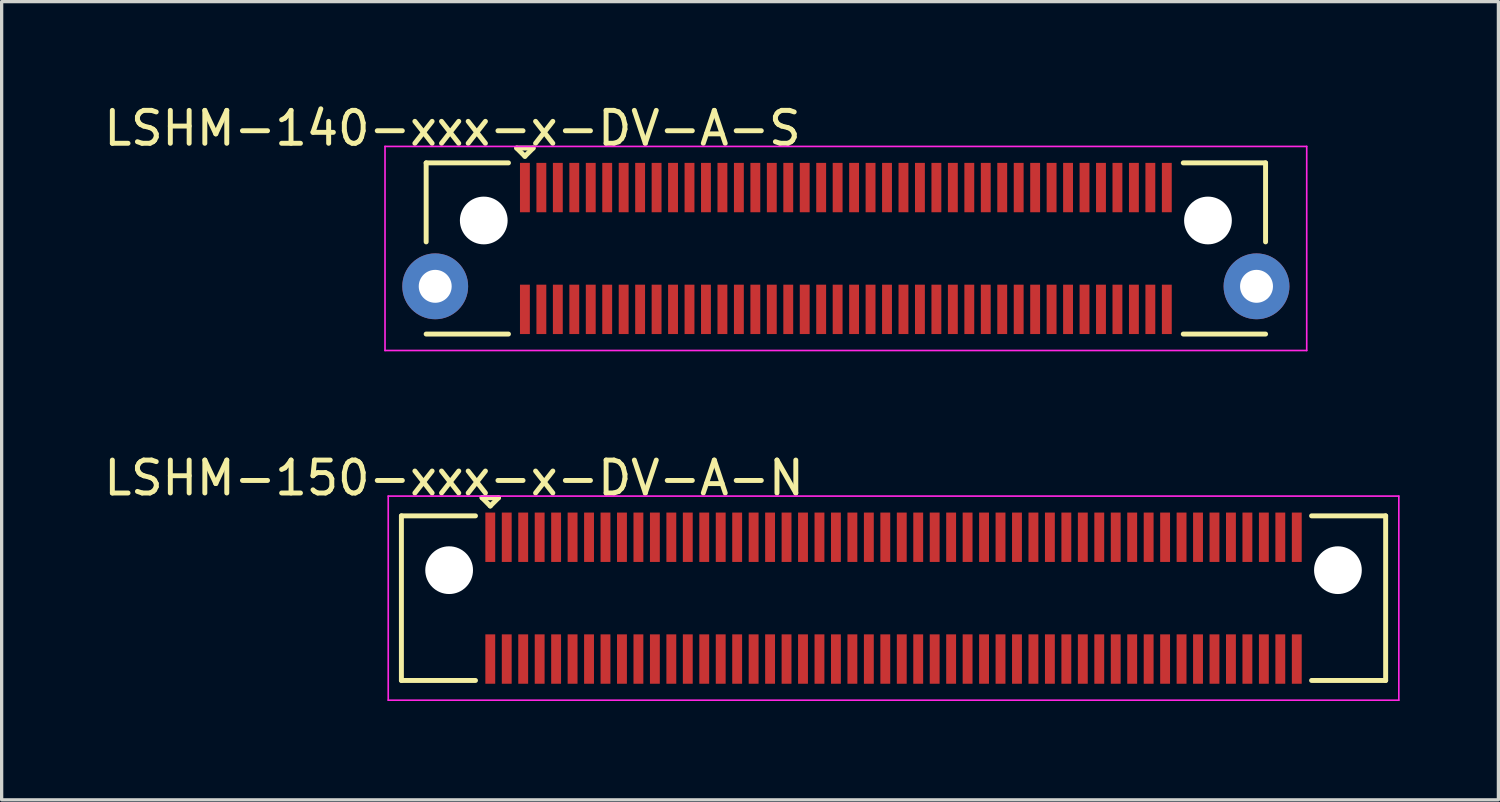
<source format=kicad_pcb>
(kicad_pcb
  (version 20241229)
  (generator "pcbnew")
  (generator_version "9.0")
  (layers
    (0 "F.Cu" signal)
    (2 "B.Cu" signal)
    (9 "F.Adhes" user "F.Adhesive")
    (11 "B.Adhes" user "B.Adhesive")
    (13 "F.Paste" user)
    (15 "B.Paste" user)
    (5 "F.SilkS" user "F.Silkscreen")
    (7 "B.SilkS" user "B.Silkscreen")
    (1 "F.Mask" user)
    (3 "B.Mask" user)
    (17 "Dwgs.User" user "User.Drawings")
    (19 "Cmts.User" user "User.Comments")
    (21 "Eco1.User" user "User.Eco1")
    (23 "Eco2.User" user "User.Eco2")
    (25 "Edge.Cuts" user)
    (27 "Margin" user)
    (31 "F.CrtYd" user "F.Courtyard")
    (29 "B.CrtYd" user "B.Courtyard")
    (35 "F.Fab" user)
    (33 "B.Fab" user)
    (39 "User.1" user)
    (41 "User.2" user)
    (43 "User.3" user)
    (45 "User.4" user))
  (footprint "LSHM-150-xxx-x-DV-A-N"
    (layer "F.Cu")
    (at 24.094 15.121)
    (property "Reference" "LSHM-150-xxx-x-DV-A-N" (at -13.35 -3.65 0) (layer "F.SilkS") (effects (font (size 1 1) (thickness 0.15))))
    (attr smd)
    (fp_line (start -14.95 -2.5) (end -14.95 2.5) (stroke (width 0.15) (type solid)) (layer "F.SilkS"))
    (fp_line (start -14.95 -2.5) (end -12.7 -2.5) (stroke (width 0.15) (type solid)) (layer "F.SilkS"))
    (fp_line (start -14.95 2.5) (end -12.7 2.5) (stroke (width 0.15) (type solid)) (layer "F.SilkS"))
    (fp_line (start -12.5 -3.05) (end -12.25 -2.8) (stroke (width 0.15) (type solid)) (layer "F.SilkS"))
    (fp_line (start -12.25 -2.8) (end -12 -3.05) (stroke (width 0.15) (type solid)) (layer "F.SilkS"))
    (fp_line (start -12 -3.05) (end -12.5 -3.05) (stroke (width 0.15) (type solid)) (layer "F.SilkS"))
    (fp_line (start 14.95 -2.5) (end 12.7 -2.5) (stroke (width 0.15) (type solid)) (layer "F.SilkS"))
    (fp_line (start 14.95 -2.5) (end 14.95 2.5) (stroke (width 0.15) (type solid)) (layer "F.SilkS"))
    (fp_line (start 14.95 2.5) (end 12.7 2.5) (stroke (width 0.15) (type solid)) (layer "F.SilkS"))
    (fp_line (start -15.35 -3.1) (end 15.35 -3.1) (stroke (width 0.05) (type solid)) (layer "F.CrtYd"))
    (fp_line (start -15.35 3.1) (end -15.35 -3.1) (stroke (width 0.05) (type solid)) (layer "F.CrtYd"))
    (fp_line (start -15.35 3.1) (end 15.35 3.1) (stroke (width 0.05) (type solid)) (layer "F.CrtYd"))
    (fp_line (start 15.35 3.1) (end 15.35 -3.1) (stroke (width 0.05) (type solid)) (layer "F.CrtYd"))
    (pad "" np_thru_hole circle (at -13.5 -0.85) (size 1.45 1.45) (drill 1.45) (layers "*.Cu" "*.Mask"))
    (pad "" np_thru_hole circle (at 13.5 -0.85) (size 1.45 1.45) (drill 1.45) (layers "*.Cu" "*.Mask"))
    (pad "1" smd rect (at -12.25 -1.85) (size 0.3 1.5) (layers "F.Cu" "F.Mask" "F.Paste"))
    (pad "2" smd rect (at -12.25 1.85) (size 0.3 1.5) (layers "F.Cu" "F.Mask" "F.Paste"))
    (pad "3" smd rect (at -11.75 -1.85) (size 0.3 1.5) (layers "F.Cu" "F.Mask" "F.Paste"))
    (pad "4" smd rect (at -11.75 1.85) (size 0.3 1.5) (layers "F.Cu" "F.Mask" "F.Paste"))
    (pad "5" smd rect (at -11.25 -1.85) (size 0.3 1.5) (layers "F.Cu" "F.Mask" "F.Paste"))
    (pad "6" smd rect (at -11.25 1.85) (size 0.3 1.5) (layers "F.Cu" "F.Mask" "F.Paste"))
    (pad "7" smd rect (at -10.75 -1.85) (size 0.3 1.5) (layers "F.Cu" "F.Mask" "F.Paste"))
    (pad "8" smd rect (at -10.75 1.85) (size 0.3 1.5) (layers "F.Cu" "F.Mask" "F.Paste"))
    (pad "9" smd rect (at -10.25 -1.85) (size 0.3 1.5) (layers "F.Cu" "F.Mask" "F.Paste"))
    (pad "10" smd rect (at -10.25 1.85) (size 0.3 1.5) (layers "F.Cu" "F.Mask" "F.Paste"))
    (pad "11" smd rect (at -9.75 -1.85) (size 0.3 1.5) (layers "F.Cu" "F.Mask" "F.Paste"))
    (pad "12" smd rect (at -9.75 1.85) (size 0.3 1.5) (layers "F.Cu" "F.Mask" "F.Paste"))
    (pad "13" smd rect (at -9.25 -1.85) (size 0.3 1.5) (layers "F.Cu" "F.Mask" "F.Paste"))
    (pad "14" smd rect (at -9.25 1.85) (size 0.3 1.5) (layers "F.Cu" "F.Mask" "F.Paste"))
    (pad "15" smd rect (at -8.75 -1.85) (size 0.3 1.5) (layers "F.Cu" "F.Mask" "F.Paste"))
    (pad "16" smd rect (at -8.75 1.85) (size 0.3 1.5) (layers "F.Cu" "F.Mask" "F.Paste"))
    (pad "17" smd rect (at -8.25 -1.85) (size 0.3 1.5) (layers "F.Cu" "F.Mask" "F.Paste"))
    (pad "18" smd rect (at -8.25 1.85) (size 0.3 1.5) (layers "F.Cu" "F.Mask" "F.Paste"))
    (pad "19" smd rect (at -7.75 -1.85) (size 0.3 1.5) (layers "F.Cu" "F.Mask" "F.Paste"))
    (pad "20" smd rect (at -7.75 1.85) (size 0.3 1.5) (layers "F.Cu" "F.Mask" "F.Paste"))
    (pad "21" smd rect (at -7.25 -1.85) (size 0.3 1.5) (layers "F.Cu" "F.Mask" "F.Paste"))
    (pad "22" smd rect (at -7.25 1.85) (size 0.3 1.5) (layers "F.Cu" "F.Mask" "F.Paste"))
    (pad "23" smd rect (at -6.75 -1.85) (size 0.3 1.5) (layers "F.Cu" "F.Mask" "F.Paste"))
    (pad "24" smd rect (at -6.75 1.85) (size 0.3 1.5) (layers "F.Cu" "F.Mask" "F.Paste"))
    (pad "25" smd rect (at -6.25 -1.85) (size 0.3 1.5) (layers "F.Cu" "F.Mask" "F.Paste"))
    (pad "26" smd rect (at -6.25 1.85) (size 0.3 1.5) (layers "F.Cu" "F.Mask" "F.Paste"))
    (pad "27" smd rect (at -5.75 -1.85) (size 0.3 1.5) (layers "F.Cu" "F.Mask" "F.Paste"))
    (pad "28" smd rect (at -5.75 1.85) (size 0.3 1.5) (layers "F.Cu" "F.Mask" "F.Paste"))
    (pad "29" smd rect (at -5.25 -1.85) (size 0.3 1.5) (layers "F.Cu" "F.Mask" "F.Paste"))
    (pad "30" smd rect (at -5.25 1.85) (size 0.3 1.5) (layers "F.Cu" "F.Mask" "F.Paste"))
    (pad "31" smd rect (at -4.75 -1.85) (size 0.3 1.5) (layers "F.Cu" "F.Mask" "F.Paste"))
    (pad "32" smd rect (at -4.75 1.85) (size 0.3 1.5) (layers "F.Cu" "F.Mask" "F.Paste"))
    (pad "33" smd rect (at -4.25 -1.85) (size 0.3 1.5) (layers "F.Cu" "F.Mask" "F.Paste"))
    (pad "34" smd rect (at -4.25 1.85) (size 0.3 1.5) (layers "F.Cu" "F.Mask" "F.Paste"))
    (pad "35" smd rect (at -3.75 -1.85) (size 0.3 1.5) (layers "F.Cu" "F.Mask" "F.Paste"))
    (pad "36" smd rect (at -3.75 1.85) (size 0.3 1.5) (layers "F.Cu" "F.Mask" "F.Paste"))
    (pad "37" smd rect (at -3.25 -1.85) (size 0.3 1.5) (layers "F.Cu" "F.Mask" "F.Paste"))
    (pad "38" smd rect (at -3.25 1.85) (size 0.3 1.5) (layers "F.Cu" "F.Mask" "F.Paste"))
    (pad "39" smd rect (at -2.75 -1.85) (size 0.3 1.5) (layers "F.Cu" "F.Mask" "F.Paste"))
    (pad "40" smd rect (at -2.75 1.85) (size 0.3 1.5) (layers "F.Cu" "F.Mask" "F.Paste"))
    (pad "41" smd rect (at -2.25 -1.85) (size 0.3 1.5) (layers "F.Cu" "F.Mask" "F.Paste"))
    (pad "42" smd rect (at -2.25 1.85) (size 0.3 1.5) (layers "F.Cu" "F.Mask" "F.Paste"))
    (pad "43" smd rect (at -1.75 -1.85) (size 0.3 1.5) (layers "F.Cu" "F.Mask" "F.Paste"))
    (pad "44" smd rect (at -1.75 1.85) (size 0.3 1.5) (layers "F.Cu" "F.Mask" "F.Paste"))
    (pad "45" smd rect (at -1.25 -1.85) (size 0.3 1.5) (layers "F.Cu" "F.Mask" "F.Paste"))
    (pad "46" smd rect (at -1.25 1.85) (size 0.3 1.5) (layers "F.Cu" "F.Mask" "F.Paste"))
    (pad "47" smd rect (at -0.75 -1.85) (size 0.3 1.5) (layers "F.Cu" "F.Mask" "F.Paste"))
    (pad "48" smd rect (at -0.75 1.85) (size 0.3 1.5) (layers "F.Cu" "F.Mask" "F.Paste"))
    (pad "49" smd rect (at -0.25 -1.85) (size 0.3 1.5) (layers "F.Cu" "F.Mask" "F.Paste"))
    (pad "50" smd rect (at -0.25 1.85) (size 0.3 1.5) (layers "F.Cu" "F.Mask" "F.Paste"))
    (pad "51" smd rect (at 0.25 -1.85) (size 0.3 1.5) (layers "F.Cu" "F.Mask" "F.Paste"))
    (pad "52" smd rect (at 0.25 1.85) (size 0.3 1.5) (layers "F.Cu" "F.Mask" "F.Paste"))
    (pad "53" smd rect (at 0.75 -1.85) (size 0.3 1.5) (layers "F.Cu" "F.Mask" "F.Paste"))
    (pad "54" smd rect (at 0.75 1.85) (size 0.3 1.5) (layers "F.Cu" "F.Mask" "F.Paste"))
    (pad "55" smd rect (at 1.25 -1.85) (size 0.3 1.5) (layers "F.Cu" "F.Mask" "F.Paste"))
    (pad "56" smd rect (at 1.25 1.85) (size 0.3 1.5) (layers "F.Cu" "F.Mask" "F.Paste"))
    (pad "57" smd rect (at 1.75 -1.85) (size 0.3 1.5) (layers "F.Cu" "F.Mask" "F.Paste"))
    (pad "58" smd rect (at 1.75 1.85) (size 0.3 1.5) (layers "F.Cu" "F.Mask" "F.Paste"))
    (pad "59" smd rect (at 2.25 -1.85) (size 0.3 1.5) (layers "F.Cu" "F.Mask" "F.Paste"))
    (pad "60" smd rect (at 2.25 1.85) (size 0.3 1.5) (layers "F.Cu" "F.Mask" "F.Paste"))
    (pad "61" smd rect (at 2.75 -1.85) (size 0.3 1.5) (layers "F.Cu" "F.Mask" "F.Paste"))
    (pad "62" smd rect (at 2.75 1.85) (size 0.3 1.5) (layers "F.Cu" "F.Mask" "F.Paste"))
    (pad "63" smd rect (at 3.25 -1.85) (size 0.3 1.5) (layers "F.Cu" "F.Mask" "F.Paste"))
    (pad "64" smd rect (at 3.25 1.85) (size 0.3 1.5) (layers "F.Cu" "F.Mask" "F.Paste"))
    (pad "65" smd rect (at 3.75 -1.85) (size 0.3 1.5) (layers "F.Cu" "F.Mask" "F.Paste"))
    (pad "66" smd rect (at 3.75 1.85) (size 0.3 1.5) (layers "F.Cu" "F.Mask" "F.Paste"))
    (pad "67" smd rect (at 4.25 -1.85) (size 0.3 1.5) (layers "F.Cu" "F.Mask" "F.Paste"))
    (pad "68" smd rect (at 4.25 1.85) (size 0.3 1.5) (layers "F.Cu" "F.Mask" "F.Paste"))
    (pad "69" smd rect (at 4.75 -1.85) (size 0.3 1.5) (layers "F.Cu" "F.Mask" "F.Paste"))
    (pad "70" smd rect (at 4.75 1.85) (size 0.3 1.5) (layers "F.Cu" "F.Mask" "F.Paste"))
    (pad "71" smd rect (at 5.25 -1.85) (size 0.3 1.5) (layers "F.Cu" "F.Mask" "F.Paste"))
    (pad "72" smd rect (at 5.25 1.85) (size 0.3 1.5) (layers "F.Cu" "F.Mask" "F.Paste"))
    (pad "73" smd rect (at 5.75 -1.85) (size 0.3 1.5) (layers "F.Cu" "F.Mask" "F.Paste"))
    (pad "74" smd rect (at 5.75 1.85) (size 0.3 1.5) (layers "F.Cu" "F.Mask" "F.Paste"))
    (pad "75" smd rect (at 6.25 -1.85) (size 0.3 1.5) (layers "F.Cu" "F.Mask" "F.Paste"))
    (pad "76" smd rect (at 6.25 1.85) (size 0.3 1.5) (layers "F.Cu" "F.Mask" "F.Paste"))
    (pad "77" smd rect (at 6.75 -1.85) (size 0.3 1.5) (layers "F.Cu" "F.Mask" "F.Paste"))
    (pad "78" smd rect (at 6.75 1.85) (size 0.3 1.5) (layers "F.Cu" "F.Mask" "F.Paste"))
    (pad "79" smd rect (at 7.25 -1.85) (size 0.3 1.5) (layers "F.Cu" "F.Mask" "F.Paste"))
    (pad "80" smd rect (at 7.25 1.85) (size 0.3 1.5) (layers "F.Cu" "F.Mask" "F.Paste"))
    (pad "81" smd rect (at 7.75 -1.85) (size 0.3 1.5) (layers "F.Cu" "F.Mask" "F.Paste"))
    (pad "82" smd rect (at 7.75 1.85) (size 0.3 1.5) (layers "F.Cu" "F.Mask" "F.Paste"))
    (pad "83" smd rect (at 8.25 -1.85) (size 0.3 1.5) (layers "F.Cu" "F.Mask" "F.Paste"))
    (pad "84" smd rect (at 8.25 1.85) (size 0.3 1.5) (layers "F.Cu" "F.Mask" "F.Paste"))
    (pad "85" smd rect (at 8.75 -1.85) (size 0.3 1.5) (layers "F.Cu" "F.Mask" "F.Paste"))
    (pad "86" smd rect (at 8.75 1.85) (size 0.3 1.5) (layers "F.Cu" "F.Mask" "F.Paste"))
    (pad "87" smd rect (at 9.25 -1.85) (size 0.3 1.5) (layers "F.Cu" "F.Mask" "F.Paste"))
    (pad "88" smd rect (at 9.25 1.85) (size 0.3 1.5) (layers "F.Cu" "F.Mask" "F.Paste"))
    (pad "89" smd rect (at 9.75 -1.85) (size 0.3 1.5) (layers "F.Cu" "F.Mask" "F.Paste"))
    (pad "90" smd rect (at 9.75 1.85) (size 0.3 1.5) (layers "F.Cu" "F.Mask" "F.Paste"))
    (pad "91" smd rect (at 10.25 -1.85) (size 0.3 1.5) (layers "F.Cu" "F.Mask" "F.Paste"))
    (pad "92" smd rect (at 10.25 1.85) (size 0.3 1.5) (layers "F.Cu" "F.Mask" "F.Paste"))
    (pad "93" smd rect (at 10.75 -1.85) (size 0.3 1.5) (layers "F.Cu" "F.Mask" "F.Paste"))
    (pad "94" smd rect (at 10.75 1.85) (size 0.3 1.5) (layers "F.Cu" "F.Mask" "F.Paste"))
    (pad "95" smd rect (at 11.25 -1.85) (size 0.3 1.5) (layers "F.Cu" "F.Mask" "F.Paste"))
    (pad "96" smd rect (at 11.25 1.85) (size 0.3 1.5) (layers "F.Cu" "F.Mask" "F.Paste"))
    (pad "97" smd rect (at 11.75 -1.85) (size 0.3 1.5) (layers "F.Cu" "F.Mask" "F.Paste"))
    (pad "98" smd rect (at 11.75 1.85) (size 0.3 1.5) (layers "F.Cu" "F.Mask" "F.Paste"))
    (pad "99" smd rect (at 12.25 -1.85) (size 0.3 1.5) (layers "F.Cu" "F.Mask" "F.Paste"))
    (pad "100" smd rect (at 12.25 1.85) (size 0.3 1.5) (layers "F.Cu" "F.Mask" "F.Paste")))
  (footprint "LSHM-140-xxx-x-DV-A-S"
    (layer "F.Cu")
    (at 22.646 4.498)
    (property "Reference" "LSHM-140-xxx-x-DV-A-S" (at -11.95 -3.65 0) (layer "F.SilkS") (effects (font (size 1 1) (thickness 0.15))))
    (attr smd)
    (fp_line (start -12.75 -2.6) (end -10.25 -2.6) (stroke (width 0.15) (type solid)) (layer "F.SilkS"))
    (fp_line (start -12.75 -0.2) (end -12.75 -2.6) (stroke (width 0.15) (type solid)) (layer "F.SilkS"))
    (fp_line (start -12.75 2.6) (end -10.25 2.6) (stroke (width 0.15) (type solid)) (layer "F.SilkS"))
    (fp_line (start -10 -3.05) (end -9.75 -2.8) (stroke (width 0.15) (type solid)) (layer "F.SilkS"))
    (fp_line (start -9.75 -2.8) (end -9.5 -3.05) (stroke (width 0.15) (type solid)) (layer "F.SilkS"))
    (fp_line (start -9.5 -3.05) (end -10 -3.05) (stroke (width 0.15) (type solid)) (layer "F.SilkS"))
    (fp_line (start 12.75 -2.6) (end 10.25 -2.6) (stroke (width 0.15) (type solid)) (layer "F.SilkS"))
    (fp_line (start 12.75 -0.2) (end 12.75 -2.6) (stroke (width 0.15) (type solid)) (layer "F.SilkS"))
    (fp_line (start 12.75 2.6) (end 10.25 2.6) (stroke (width 0.15) (type solid)) (layer "F.SilkS"))
    (fp_line (start -14 -3.1) (end 14 -3.1) (stroke (width 0.05) (type solid)) (layer "F.CrtYd"))
    (fp_line (start -14 3.1) (end -14 -3.1) (stroke (width 0.05) (type solid)) (layer "F.CrtYd"))
    (fp_line (start -14 3.1) (end 14 3.1) (stroke (width 0.05) (type solid)) (layer "F.CrtYd"))
    (fp_line (start 14 3.1) (end 14 -3.1) (stroke (width 0.05) (type solid)) (layer "F.CrtYd"))
    (pad "" np_thru_hole circle (at -11 -0.85) (size 1.45 1.45) (drill 1.45) (layers "*.Cu" "*.Mask"))
    (pad "" np_thru_hole circle (at 11 -0.85) (size 1.45 1.45) (drill 1.45) (layers "*.Cu" "*.Mask"))
    (pad "1" smd rect (at -9.75 -1.85) (size 0.3 1.5) (layers "F.Cu" "F.Mask" "F.Paste"))
    (pad "2" smd rect (at -9.75 1.85) (size 0.3 1.5) (layers "F.Cu" "F.Mask" "F.Paste"))
    (pad "3" smd rect (at -9.25 -1.85) (size 0.3 1.5) (layers "F.Cu" "F.Mask" "F.Paste"))
    (pad "4" smd rect (at -9.25 1.85) (size 0.3 1.5) (layers "F.Cu" "F.Mask" "F.Paste"))
    (pad "5" smd rect (at -8.75 -1.85) (size 0.3 1.5) (layers "F.Cu" "F.Mask" "F.Paste"))
    (pad "6" smd rect (at -8.75 1.85) (size 0.3 1.5) (layers "F.Cu" "F.Mask" "F.Paste"))
    (pad "7" smd rect (at -8.25 -1.85) (size 0.3 1.5) (layers "F.Cu" "F.Mask" "F.Paste"))
    (pad "8" smd rect (at -8.25 1.85) (size 0.3 1.5) (layers "F.Cu" "F.Mask" "F.Paste"))
    (pad "9" smd rect (at -7.75 -1.85) (size 0.3 1.5) (layers "F.Cu" "F.Mask" "F.Paste"))
    (pad "10" smd rect (at -7.75 1.85) (size 0.3 1.5) (layers "F.Cu" "F.Mask" "F.Paste"))
    (pad "11" smd rect (at -7.25 -1.85) (size 0.3 1.5) (layers "F.Cu" "F.Mask" "F.Paste"))
    (pad "12" smd rect (at -7.25 1.85) (size 0.3 1.5) (layers "F.Cu" "F.Mask" "F.Paste"))
    (pad "13" smd rect (at -6.75 -1.85) (size 0.3 1.5) (layers "F.Cu" "F.Mask" "F.Paste"))
    (pad "14" smd rect (at -6.75 1.85) (size 0.3 1.5) (layers "F.Cu" "F.Mask" "F.Paste"))
    (pad "15" smd rect (at -6.25 -1.85) (size 0.3 1.5) (layers "F.Cu" "F.Mask" "F.Paste"))
    (pad "16" smd rect (at -6.25 1.85) (size 0.3 1.5) (layers "F.Cu" "F.Mask" "F.Paste"))
    (pad "17" smd rect (at -5.75 -1.85) (size 0.3 1.5) (layers "F.Cu" "F.Mask" "F.Paste"))
    (pad "18" smd rect (at -5.75 1.85) (size 0.3 1.5) (layers "F.Cu" "F.Mask" "F.Paste"))
    (pad "19" smd rect (at -5.25 -1.85) (size 0.3 1.5) (layers "F.Cu" "F.Mask" "F.Paste"))
    (pad "20" smd rect (at -5.25 1.85) (size 0.3 1.5) (layers "F.Cu" "F.Mask" "F.Paste"))
    (pad "21" smd rect (at -4.75 -1.85) (size 0.3 1.5) (layers "F.Cu" "F.Mask" "F.Paste"))
    (pad "22" smd rect (at -4.75 1.85) (size 0.3 1.5) (layers "F.Cu" "F.Mask" "F.Paste"))
    (pad "23" smd rect (at -4.25 -1.85) (size 0.3 1.5) (layers "F.Cu" "F.Mask" "F.Paste"))
    (pad "24" smd rect (at -4.25 1.85) (size 0.3 1.5) (layers "F.Cu" "F.Mask" "F.Paste"))
    (pad "25" smd rect (at -3.75 -1.85) (size 0.3 1.5) (layers "F.Cu" "F.Mask" "F.Paste"))
    (pad "26" smd rect (at -3.75 1.85) (size 0.3 1.5) (layers "F.Cu" "F.Mask" "F.Paste"))
    (pad "27" smd rect (at -3.25 -1.85) (size 0.3 1.5) (layers "F.Cu" "F.Mask" "F.Paste"))
    (pad "28" smd rect (at -3.25 1.85) (size 0.3 1.5) (layers "F.Cu" "F.Mask" "F.Paste"))
    (pad "29" smd rect (at -2.75 -1.85) (size 0.3 1.5) (layers "F.Cu" "F.Mask" "F.Paste"))
    (pad "30" smd rect (at -2.75 1.85) (size 0.3 1.5) (layers "F.Cu" "F.Mask" "F.Paste"))
    (pad "31" smd rect (at -2.25 -1.85) (size 0.3 1.5) (layers "F.Cu" "F.Mask" "F.Paste"))
    (pad "32" smd rect (at -2.25 1.85) (size 0.3 1.5) (layers "F.Cu" "F.Mask" "F.Paste"))
    (pad "33" smd rect (at -1.75 -1.85) (size 0.3 1.5) (layers "F.Cu" "F.Mask" "F.Paste"))
    (pad "34" smd rect (at -1.75 1.85) (size 0.3 1.5) (layers "F.Cu" "F.Mask" "F.Paste"))
    (pad "35" smd rect (at -1.25 -1.85) (size 0.3 1.5) (layers "F.Cu" "F.Mask" "F.Paste"))
    (pad "36" smd rect (at -1.25 1.85) (size 0.3 1.5) (layers "F.Cu" "F.Mask" "F.Paste"))
    (pad "37" smd rect (at -0.75 -1.85) (size 0.3 1.5) (layers "F.Cu" "F.Mask" "F.Paste"))
    (pad "38" smd rect (at -0.75 1.85) (size 0.3 1.5) (layers "F.Cu" "F.Mask" "F.Paste"))
    (pad "39" smd rect (at -0.25 -1.85) (size 0.3 1.5) (layers "F.Cu" "F.Mask" "F.Paste"))
    (pad "40" smd rect (at -0.25 1.85) (size 0.3 1.5) (layers "F.Cu" "F.Mask" "F.Paste"))
    (pad "41" smd rect (at 0.25 -1.85) (size 0.3 1.5) (layers "F.Cu" "F.Mask" "F.Paste"))
    (pad "42" smd rect (at 0.25 1.85) (size 0.3 1.5) (layers "F.Cu" "F.Mask" "F.Paste"))
    (pad "43" smd rect (at 0.75 -1.85) (size 0.3 1.5) (layers "F.Cu" "F.Mask" "F.Paste"))
    (pad "44" smd rect (at 0.75 1.85) (size 0.3 1.5) (layers "F.Cu" "F.Mask" "F.Paste"))
    (pad "45" smd rect (at 1.25 -1.85) (size 0.3 1.5) (layers "F.Cu" "F.Mask" "F.Paste"))
    (pad "46" smd rect (at 1.25 1.85) (size 0.3 1.5) (layers "F.Cu" "F.Mask" "F.Paste"))
    (pad "47" smd rect (at 1.75 -1.85) (size 0.3 1.5) (layers "F.Cu" "F.Mask" "F.Paste"))
    (pad "48" smd rect (at 1.75 1.85) (size 0.3 1.5) (layers "F.Cu" "F.Mask" "F.Paste"))
    (pad "49" smd rect (at 2.25 -1.85) (size 0.3 1.5) (layers "F.Cu" "F.Mask" "F.Paste"))
    (pad "50" smd rect (at 2.25 1.85) (size 0.3 1.5) (layers "F.Cu" "F.Mask" "F.Paste"))
    (pad "51" smd rect (at 2.75 -1.85) (size 0.3 1.5) (layers "F.Cu" "F.Mask" "F.Paste"))
    (pad "52" smd rect (at 2.75 1.85) (size 0.3 1.5) (layers "F.Cu" "F.Mask" "F.Paste"))
    (pad "53" smd rect (at 3.25 -1.85) (size 0.3 1.5) (layers "F.Cu" "F.Mask" "F.Paste"))
    (pad "54" smd rect (at 3.25 1.85) (size 0.3 1.5) (layers "F.Cu" "F.Mask" "F.Paste"))
    (pad "55" smd rect (at 3.75 -1.85) (size 0.3 1.5) (layers "F.Cu" "F.Mask" "F.Paste"))
    (pad "56" smd rect (at 3.75 1.85) (size 0.3 1.5) (layers "F.Cu" "F.Mask" "F.Paste"))
    (pad "57" smd rect (at 4.25 -1.85) (size 0.3 1.5) (layers "F.Cu" "F.Mask" "F.Paste"))
    (pad "58" smd rect (at 4.25 1.85) (size 0.3 1.5) (layers "F.Cu" "F.Mask" "F.Paste"))
    (pad "59" smd rect (at 4.75 -1.85) (size 0.3 1.5) (layers "F.Cu" "F.Mask" "F.Paste"))
    (pad "60" smd rect (at 4.75 1.85) (size 0.3 1.5) (layers "F.Cu" "F.Mask" "F.Paste"))
    (pad "61" smd rect (at 5.25 -1.85) (size 0.3 1.5) (layers "F.Cu" "F.Mask" "F.Paste"))
    (pad "62" smd rect (at 5.25 1.85) (size 0.3 1.5) (layers "F.Cu" "F.Mask" "F.Paste"))
    (pad "63" smd rect (at 5.75 -1.85) (size 0.3 1.5) (layers "F.Cu" "F.Mask" "F.Paste"))
    (pad "64" smd rect (at 5.75 1.85) (size 0.3 1.5) (layers "F.Cu" "F.Mask" "F.Paste"))
    (pad "65" smd rect (at 6.25 -1.85) (size 0.3 1.5) (layers "F.Cu" "F.Mask" "F.Paste"))
    (pad "66" smd rect (at 6.25 1.85) (size 0.3 1.5) (layers "F.Cu" "F.Mask" "F.Paste"))
    (pad "67" smd rect (at 6.75 -1.85) (size 0.3 1.5) (layers "F.Cu" "F.Mask" "F.Paste"))
    (pad "68" smd rect (at 6.75 1.85) (size 0.3 1.5) (layers "F.Cu" "F.Mask" "F.Paste"))
    (pad "69" smd rect (at 7.25 -1.85) (size 0.3 1.5) (layers "F.Cu" "F.Mask" "F.Paste"))
    (pad "70" smd rect (at 7.25 1.85) (size 0.3 1.5) (layers "F.Cu" "F.Mask" "F.Paste"))
    (pad "71" smd rect (at 7.75 -1.85) (size 0.3 1.5) (layers "F.Cu" "F.Mask" "F.Paste"))
    (pad "72" smd rect (at 7.75 1.85) (size 0.3 1.5) (layers "F.Cu" "F.Mask" "F.Paste"))
    (pad "73" smd rect (at 8.25 -1.85) (size 0.3 1.5) (layers "F.Cu" "F.Mask" "F.Paste"))
    (pad "74" smd rect (at 8.25 1.85) (size 0.3 1.5) (layers "F.Cu" "F.Mask" "F.Paste"))
    (pad "75" smd rect (at 8.75 -1.85) (size 0.3 1.5) (layers "F.Cu" "F.Mask" "F.Paste"))
    (pad "76" smd rect (at 8.75 1.85) (size 0.3 1.5) (layers "F.Cu" "F.Mask" "F.Paste"))
    (pad "77" smd rect (at 9.25 -1.85) (size 0.3 1.5) (layers "F.Cu" "F.Mask" "F.Paste"))
    (pad "78" smd rect (at 9.25 1.85) (size 0.3 1.5) (layers "F.Cu" "F.Mask" "F.Paste"))
    (pad "79" smd rect (at 9.75 -1.85) (size 0.3 1.5) (layers "F.Cu" "F.Mask" "F.Paste"))
    (pad "80" smd rect (at 9.75 1.85) (size 0.3 1.5) (layers "F.Cu" "F.Mask" "F.Paste"))
    (pad "81" thru_hole circle (at -12.475 1.15) (size 2 2) (drill 1) (layers "*.Cu" "*.Mask"))
    (pad "81" thru_hole circle (at 12.475 1.15) (size 2 2) (drill 1) (layers "*.Cu" "*.Mask")))
  (gr_rect
    (start -3 -3)
    (end 42.469 21.247)
    (stroke (width 0.1) (type default))
    (fill no)
    (layer "Edge.Cuts")))
</source>
